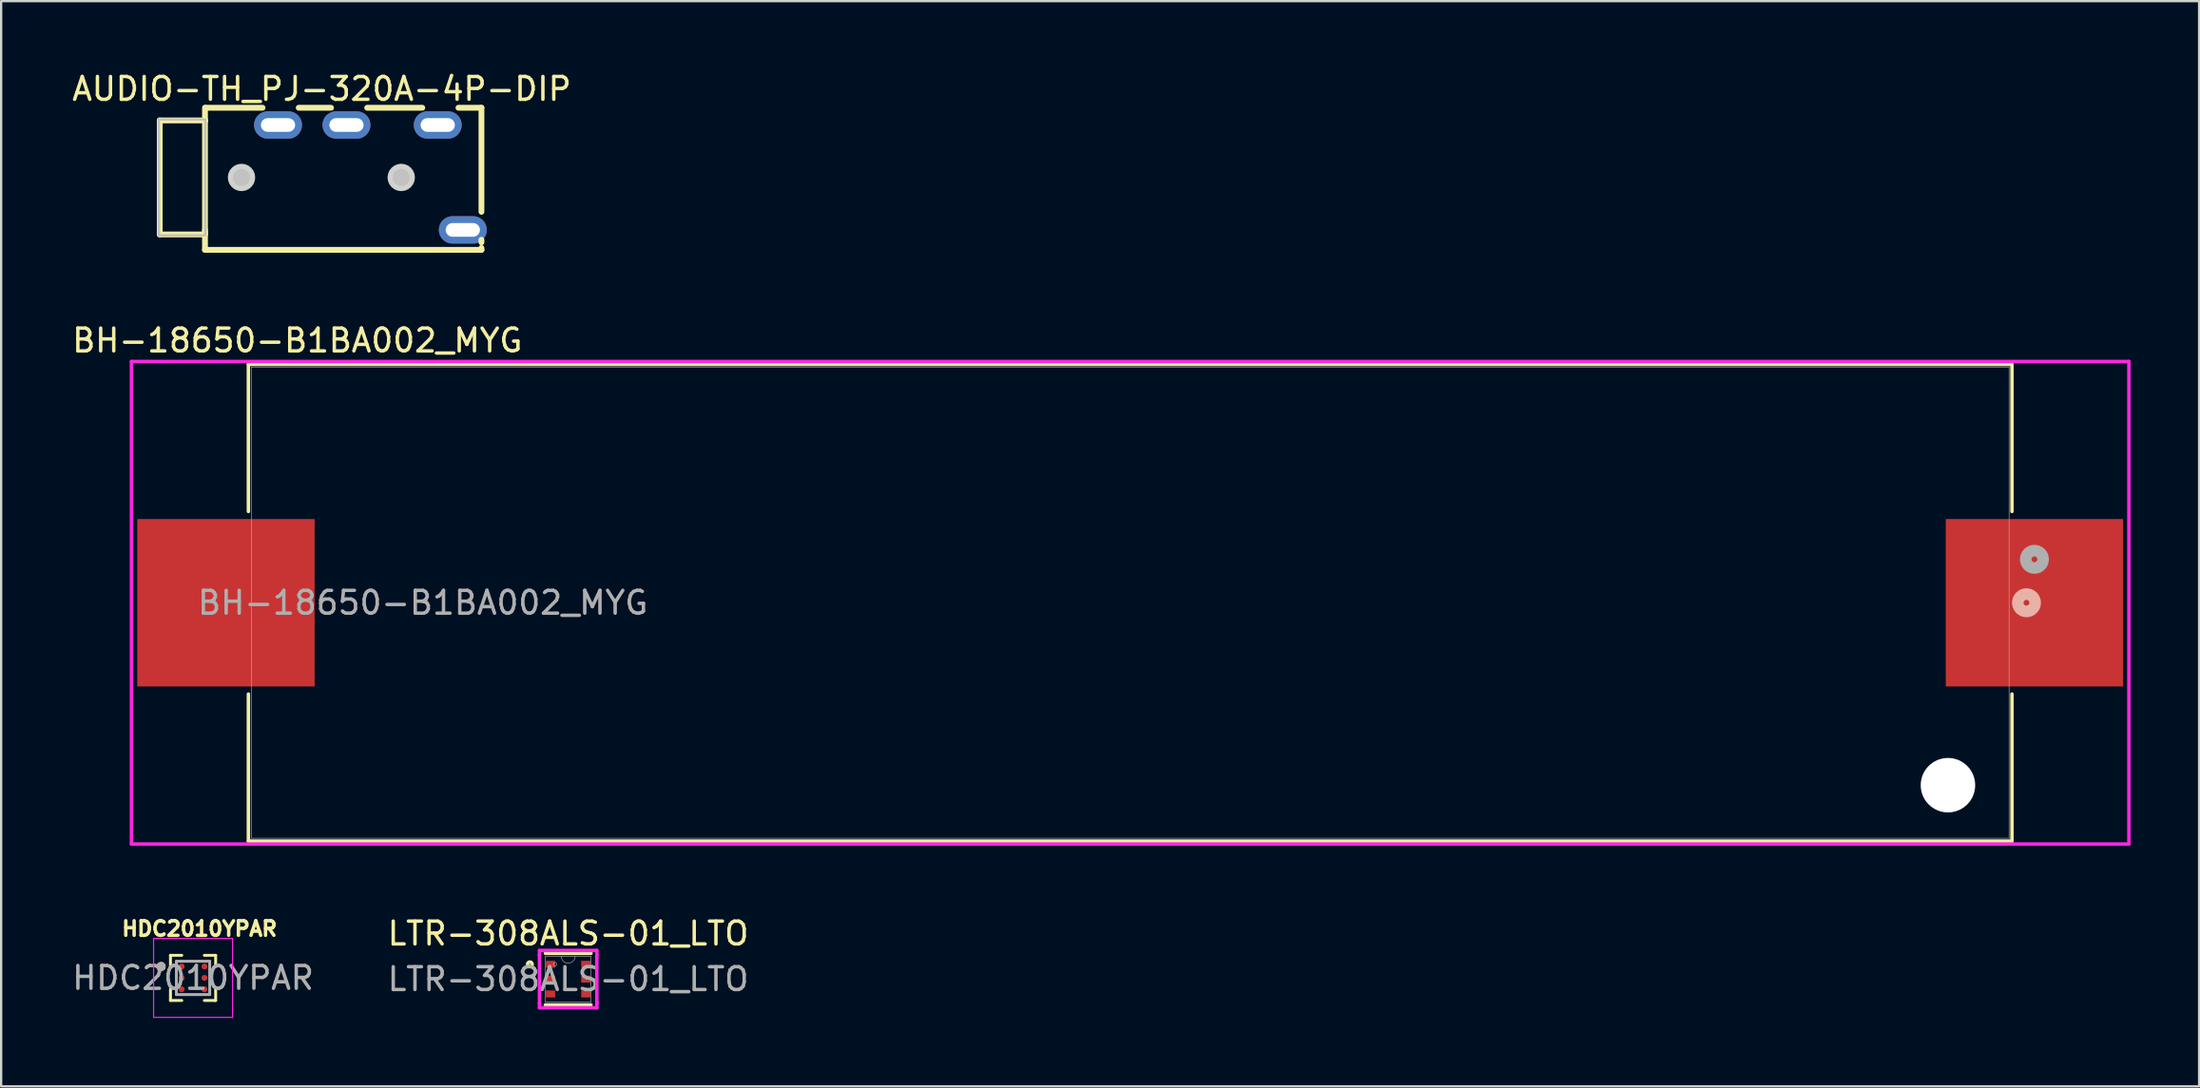
<source format=kicad_pcb>
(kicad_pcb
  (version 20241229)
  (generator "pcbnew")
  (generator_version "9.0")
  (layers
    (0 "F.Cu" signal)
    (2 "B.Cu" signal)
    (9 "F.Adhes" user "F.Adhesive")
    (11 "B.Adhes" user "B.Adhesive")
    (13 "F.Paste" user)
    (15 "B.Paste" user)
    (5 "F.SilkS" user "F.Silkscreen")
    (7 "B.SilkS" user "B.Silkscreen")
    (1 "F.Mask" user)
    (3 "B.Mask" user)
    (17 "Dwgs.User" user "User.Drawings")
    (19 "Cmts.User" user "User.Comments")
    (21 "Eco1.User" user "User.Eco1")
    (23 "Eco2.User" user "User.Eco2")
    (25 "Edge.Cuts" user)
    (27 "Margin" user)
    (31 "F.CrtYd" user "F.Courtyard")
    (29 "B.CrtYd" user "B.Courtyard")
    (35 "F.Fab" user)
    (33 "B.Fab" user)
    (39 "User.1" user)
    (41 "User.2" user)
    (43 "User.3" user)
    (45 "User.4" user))
  (footprint "BH-18650-B1BA002_MYG"
    (layer "F.Cu")
    (at 46.482 23.381)
    (property "Reference" "BH-18650-B1BA002_MYG" (at -36.5 -11.5 0) (unlocked yes) (layer "F.SilkS") (effects (font (size 1 1) (thickness 0.15))))
    (attr smd)
    (fp_line (start -38.646 -10.452) (end -38.646 -4.003) (stroke (width 0.152) (type solid)) (layer "F.SilkS"))
    (fp_line (start -38.646 4.003) (end -38.646 10.452) (stroke (width 0.152) (type solid)) (layer "F.SilkS"))
    (fp_line (start -38.646 10.452) (end 38.646 10.452) (stroke (width 0.152) (type solid)) (layer "F.SilkS"))
    (fp_line (start 38.646 -10.452) (end -38.646 -10.452) (stroke (width 0.152) (type solid)) (layer "F.SilkS"))
    (fp_line (start 38.646 -4.003) (end 38.646 -10.452) (stroke (width 0.152) (type solid)) (layer "F.SilkS"))
    (fp_line (start 38.646 10.452) (end 38.646 4.003) (stroke (width 0.152) (type solid)) (layer "F.SilkS"))
    (fp_circle (center 39.281 0) (end 39.662 0) (stroke (width 0.508) (type solid)) (fill no) (layer "B.SilkS"))
    (fp_line (start -43.77 -10.579) (end -43.77 10.579) (stroke (width 0.152) (type solid)) (layer "F.CrtYd"))
    (fp_line (start -43.77 10.579) (end 43.77 10.579) (stroke (width 0.152) (type solid)) (layer "F.CrtYd"))
    (fp_line (start 43.77 -10.579) (end -43.77 -10.579) (stroke (width 0.152) (type solid)) (layer "F.CrtYd"))
    (fp_line (start 43.77 10.579) (end 43.77 -10.579) (stroke (width 0.152) (type solid)) (layer "F.CrtYd"))
    (fp_line (start -38.519 -10.325) (end -38.519 10.325) (stroke (width 0.025) (type solid)) (layer "F.Fab"))
    (fp_line (start -38.519 10.325) (end 38.519 10.325) (stroke (width 0.025) (type solid)) (layer "F.Fab"))
    (fp_line (start 38.519 -10.325) (end -38.519 -10.325) (stroke (width 0.025) (type solid)) (layer "F.Fab"))
    (fp_line (start 38.519 10.325) (end 38.519 -10.325) (stroke (width 0.025) (type solid)) (layer "F.Fab"))
    (fp_circle (center 39.63 -1.905) (end 40.011 -1.905) (stroke (width 0.508) (type solid)) (fill no) (layer "F.Fab"))
    (fp_text user "${REFERENCE}" (at -31 0 0) (unlocked yes) (layer "F.Fab") (effects (font (size 1 1) (thickness 0.15))))
    (pad "" np_thru_hole circle (at 35.84 8) (size 2.388 2.388) (drill 2.388) (layers "*.Cu" "*.Mask"))
    (pad "1" smd rect (at 39.63 0) (size 7.772 7.341) (layers "F.Cu" "F.Mask" "F.Paste"))
    (pad "2" smd rect (at -39.63 0) (size 7.772 7.341) (layers "F.Cu" "F.Mask" "F.Paste")))
  (footprint "AUDIO-TH_PJ-320A-4P-DIP"
    (layer "F.Cu")
    (at 13.184 4.731)
    (property "Reference" "AUDIO-TH_PJ-320A-4P-DIP" (at -2.131 -3.883 0) (layer "F.SilkS") (effects (font (size 1 1) (thickness 0.15))))
    (fp_line (start -9.234 -2.5) (end -9.234 2.5) (stroke (width 0.254) (type default)) (layer "F.SilkS"))
    (fp_line (start -9.234 -2.5) (end -7.234 -2.5) (stroke (width 0.254) (type default)) (layer "F.SilkS"))
    (fp_line (start -9.234 2.5) (end -7.25 2.5) (stroke (width 0.254) (type default)) (layer "F.SilkS"))
    (fp_line (start -7.25 2.459) (end -7.25 -3.056) (stroke (width 0.254) (type default)) (layer "F.SilkS"))
    (fp_line (start -7.25 3.175) (end -7.25 2.3) (stroke (width 0.254) (type default)) (layer "F.SilkS"))
    (fp_line (start -7.234 -3.056) (end -4.726 -3.056) (stroke (width 0.254) (type default)) (layer "F.SilkS"))
    (fp_line (start -3.142 -3.056) (end -1.726 -3.056) (stroke (width 0.254) (type default)) (layer "F.SilkS"))
    (fp_line (start -0.142 -3.056) (end 2.274 -3.056) (stroke (width 0.254) (type default)) (layer "F.SilkS"))
    (fp_line (start 3.858 -3.056) (end 4.866 -3.056) (stroke (width 0.254) (type default)) (layer "F.SilkS"))
    (fp_line (start 4.866 -3.056) (end 4.866 1.508) (stroke (width 0.254) (type default)) (layer "F.SilkS"))
    (fp_line (start 4.866 2.731) (end 4.866 2.848) (stroke (width 0.254) (type default)) (layer "F.SilkS"))
    (fp_line (start 4.866 3.092) (end 4.866 3.175) (stroke (width 0.254) (type default)) (layer "F.SilkS"))
    (fp_line (start 4.866 3.175) (end -7.25 3.175) (stroke (width 0.254) (type default)) (layer "F.SilkS"))
    (fp_circle (center -5.65 0) (end -5.462 0) (stroke (width 0.375) (type default)) (fill no) (layer "Dwgs.User"))
    (fp_circle (center 1.35 0) (end 1.538 0) (stroke (width 0.375) (type default)) (fill no) (layer "Dwgs.User"))
    (fp_poly (pts (xy -9.271 -2.54) (xy -7.239 -2.54) (xy -7.239 2.54) (xy -9.271 2.54)) (stroke (width 0.1) (type default)) (fill no) (layer "Dwgs.User"))
    (fp_poly (pts (xy -5.05 0) (xy -5.07 -0.155) (xy -5.13 -0.3) (xy -5.226 -0.424) (xy -5.35 -0.52) (xy -5.495 -0.58) (xy -5.65 -0.6) (xy -5.805 -0.58) (xy -5.95 -0.52) (xy -6.074 -0.424) (xy -6.17 -0.3) (xy -6.23 -0.155) (xy -6.25 0) (xy -6.23 0.155) (xy -6.17 0.3) (xy -6.074 0.424) (xy -5.95 0.52) (xy -5.805 0.58) (xy -5.65 0.6) (xy -5.495 0.58) (xy -5.35 0.52) (xy -5.226 0.424) (xy -5.13 0.3) (xy -5.07 0.155)) (stroke (width 0) (type default)) (fill yes) (layer "Edge.Cuts"))
    (fp_poly (pts (xy 1.95 0) (xy 1.93 -0.155) (xy 1.87 -0.3) (xy 1.774 -0.424) (xy 1.65 -0.52) (xy 1.505 -0.58) (xy 1.35 -0.6) (xy 1.195 -0.58) (xy 1.05 -0.52) (xy 0.926 -0.424) (xy 0.83 -0.3) (xy 0.77 -0.155) (xy 0.75 0) (xy 0.77 0.155) (xy 0.83 0.3) (xy 0.926 0.424) (xy 1.05 0.52) (xy 1.195 0.58) (xy 1.35 0.6) (xy 1.505 0.58) (xy 1.65 0.52) (xy 1.774 0.424) (xy 1.87 0.3) (xy 1.93 0.155)) (stroke (width 0) (type default)) (fill yes) (layer "Edge.Cuts"))
    (fp_poly (pts (xy -3.55 -2.45) (xy -3.55 -2.15) (xy -4.55 -2.15) (xy -4.55 -2.45)) (stroke (width 0.1) (type default)) (fill no) (layer "User.1"))
    (fp_poly (pts (xy -0.55 -2.45) (xy -0.55 -2.15) (xy -1.55 -2.15) (xy -1.55 -2.45)) (stroke (width 0.1) (type default)) (fill no) (layer "User.1"))
    (fp_poly (pts (xy 3.45 -2.45) (xy 3.45 -2.15) (xy 2.45 -2.15) (xy 2.45 -2.45)) (stroke (width 0.1) (type default)) (fill no) (layer "User.1"))
    (fp_poly (pts (xy 4.55 2.15) (xy 4.55 2.45) (xy 3.55 2.45) (xy 3.55 2.15)) (stroke (width 0.1) (type default)) (fill no) (layer "User.1"))
    (fp_line (start -9.234 -2.5) (end -9.234 2.5) (stroke (width 0.051) (type default)) (layer "User.2"))
    (fp_line (start -9.234 2.5) (end -7.234 2.5) (stroke (width 0.051) (type default)) (layer "User.2"))
    (fp_line (start -7.234 -3.05) (end -7.234 -2.5) (stroke (width 0.051) (type default)) (layer "User.2"))
    (fp_line (start -7.234 -2.5) (end -9.234 -2.5) (stroke (width 0.051) (type default)) (layer "User.2"))
    (fp_line (start -7.234 2.5) (end -7.234 3.05) (stroke (width 0.051) (type default)) (layer "User.2"))
    (fp_line (start -7.234 3.05) (end 4.866 3.05) (stroke (width 0.051) (type default)) (layer "User.2"))
    (fp_line (start 4.866 -3.05) (end -7.234 -3.05) (stroke (width 0.051) (type default)) (layer "User.2"))
    (fp_line (start 4.866 3.05) (end 4.866 -3.05) (stroke (width 0.051) (type default)) (layer "User.2"))
    (fp_poly (pts (xy 4.926 3.05) (xy 4.908 3.008) (xy 4.866 2.99) (xy 4.824 3.008) (xy 4.806 3.05) (xy 4.824 3.092) (xy 4.866 3.11) (xy 4.908 3.092)) (stroke (width 0.1) (type default)) (fill no) (layer "User.3"))
    (pad "R1" thru_hole oval (at -1.05 -2.3 90) (size 1.2 2.1) (drill oval 0.6 1.5) (layers "*.Cu" "*.Mask"))
    (pad "R2" thru_hole oval (at -4.05 -2.3 90) (size 1.2 2.1) (drill oval 0.6 1.5) (layers "*.Cu" "*.Mask"))
    (pad "S" thru_hole oval (at 4.05 2.3 90) (size 1.2 2.1) (drill oval 0.6 1.5) (layers "*.Cu" "*.Mask"))
    (pad "T" thru_hole oval (at 2.95 -2.3 90) (size 1.2 2.1) (drill oval 0.6 1.5) (layers "*.Cu" "*.Mask")))
  (footprint "LTR-308ALS-01_LTO"
    (layer "F.Cu")
    (at 21.851 39.885)
    (property "Reference" "LTR-308ALS-01_LTO" (at 0 -2 0) (unlocked yes) (layer "F.SilkS") (effects (font (size 1 1) (thickness 0.15))))
    (attr smd)
    (fp_line (start -1 1.13) (end 1 1.13) (stroke (width 0.152) (type solid)) (layer "F.SilkS"))
    (fp_line (start 1 -1.13) (end -1 -1.13) (stroke (width 0.152) (type solid)) (layer "F.SilkS"))
    (fp_circle (center -1.679 -0.65) (end -1.577 -0.65) (stroke (width 0.152) (type solid)) (fill no) (layer "F.SilkS"))
    (fp_line (start -1.257 -1.257) (end 1.257 -1.257) (stroke (width 0.152) (type solid)) (layer "F.CrtYd"))
    (fp_line (start -1.257 -1.056) (end -1.257 -1.257) (stroke (width 0.152) (type solid)) (layer "F.CrtYd"))
    (fp_line (start -1.257 -1.056) (end -1.257 -1.056) (stroke (width 0.152) (type solid)) (layer "F.CrtYd"))
    (fp_line (start -1.257 1.056) (end -1.257 -1.056) (stroke (width 0.152) (type solid)) (layer "F.CrtYd"))
    (fp_line (start -1.257 1.056) (end -1.257 1.056) (stroke (width 0.152) (type solid)) (layer "F.CrtYd"))
    (fp_line (start -1.257 1.257) (end -1.257 1.056) (stroke (width 0.152) (type solid)) (layer "F.CrtYd"))
    (fp_line (start 1.257 -1.257) (end 1.257 -1.056) (stroke (width 0.152) (type solid)) (layer "F.CrtYd"))
    (fp_line (start 1.257 -1.056) (end 1.257 -1.056) (stroke (width 0.152) (type solid)) (layer "F.CrtYd"))
    (fp_line (start 1.257 -1.056) (end 1.257 1.056) (stroke (width 0.152) (type solid)) (layer "F.CrtYd"))
    (fp_line (start 1.257 1.056) (end 1.257 1.056) (stroke (width 0.152) (type solid)) (layer "F.CrtYd"))
    (fp_line (start 1.257 1.056) (end 1.257 1.257) (stroke (width 0.152) (type solid)) (layer "F.CrtYd"))
    (fp_line (start 1.257 1.257) (end -1.257 1.257) (stroke (width 0.152) (type solid)) (layer "F.CrtYd"))
    (fp_line (start -1.003 -1.003) (end -1.003 1.003) (stroke (width 0.025) (type solid)) (layer "F.Fab"))
    (fp_line (start -1.003 1.003) (end 1.003 1.003) (stroke (width 0.025) (type solid)) (layer "F.Fab"))
    (fp_line (start 1.003 -1.003) (end -1.003 -1.003) (stroke (width 0.025) (type solid)) (layer "F.Fab"))
    (fp_line (start 1.003 1.003) (end 1.003 -1.003) (stroke (width 0.025) (type solid)) (layer "F.Fab"))
    (fp_arc (start 0.3048 -1.0033) (mid 0 -0.6985) (end -0.3048 -1.0033) (stroke (width 0.0254) (type solid)) (layer "F.Fab"))
    (fp_circle (center -0.572 -0.65) (end -0.495 -0.65) (stroke (width 0.025) (type solid)) (fill no) (layer "F.Fab"))
    (fp_text user "${REFERENCE}" (at 0 0 0) (unlocked yes) (layer "F.Fab") (effects (font (size 1 1) (thickness 0.15))))
    (pad "1" smd rect (at -0.775 -0.65) (size 0.406 0.305) (layers "F.Cu" "F.Mask" "F.Paste"))
    (pad "2" smd rect (at -0.775 0) (size 0.406 0.305) (layers "F.Cu" "F.Mask" "F.Paste"))
    (pad "3" smd rect (at -0.775 0.65) (size 0.406 0.305) (layers "F.Cu" "F.Mask" "F.Paste"))
    (pad "4" smd rect (at 0.775 0.65) (size 0.406 0.305) (layers "F.Cu" "F.Mask" "F.Paste"))
    (pad "5" smd rect (at 0.775 0) (size 0.406 0.305) (layers "F.Cu" "F.Mask" "F.Paste"))
    (pad "6" smd rect (at 0.775 -0.65) (size 0.406 0.305) (layers "F.Cu" "F.Mask" "F.Paste")))
  (footprint "HDC2010YPAR"
    (layer "F.Cu")
    (at 5.411 39.831)
    (property "Reference" "HDC2010YPAR" (at 0.282 -2.156 0) (layer "F.SilkS") (effects (font (size 0.64 0.64) (thickness 0.15))))
    (attr smd)
    (fp_line (start -0.99 -0.99) (end -0.495 -0.99) (stroke (width 0.127) (type solid)) (layer "F.SilkS"))
    (fp_line (start -0.99 -0.495) (end -0.99 -0.99) (stroke (width 0.127) (type solid)) (layer "F.SilkS"))
    (fp_line (start -0.99 0.99) (end -0.99 0.495) (stroke (width 0.127) (type solid)) (layer "F.SilkS"))
    (fp_line (start -0.495 0.99) (end -0.99 0.99) (stroke (width 0.127) (type solid)) (layer "F.SilkS"))
    (fp_line (start 0.495 -0.99) (end 0.99 -0.99) (stroke (width 0.127) (type solid)) (layer "F.SilkS"))
    (fp_line (start 0.99 -0.99) (end 0.99 -0.495) (stroke (width 0.127) (type solid)) (layer "F.SilkS"))
    (fp_line (start 0.99 0.495) (end 0.99 0.99) (stroke (width 0.127) (type solid)) (layer "F.SilkS"))
    (fp_line (start 0.99 0.99) (end 0.495 0.99) (stroke (width 0.127) (type solid)) (layer "F.SilkS"))
    (fp_circle (center -1.4 -0.5) (end -1.3 -0.5) (stroke (width 0.2) (type solid)) (fill no) (layer "F.SilkS"))
    (fp_line (start -1.73 -1.73) (end 1.73 -1.73) (stroke (width 0.05) (type solid)) (layer "F.CrtYd"))
    (fp_line (start -1.73 1.73) (end -1.73 -1.73) (stroke (width 0.05) (type solid)) (layer "F.CrtYd"))
    (fp_line (start 1.73 -1.73) (end 1.73 1.73) (stroke (width 0.05) (type solid)) (layer "F.CrtYd"))
    (fp_line (start 1.73 1.73) (end -1.73 1.73) (stroke (width 0.05) (type solid)) (layer "F.CrtYd"))
    (fp_line (start -0.73 -0.73) (end 0.73 -0.73) (stroke (width 0.127) (type solid)) (layer "F.Fab"))
    (fp_line (start -0.73 0.73) (end -0.73 -0.73) (stroke (width 0.127) (type solid)) (layer "F.Fab"))
    (fp_line (start 0.73 -0.73) (end 0.73 0.73) (stroke (width 0.127) (type solid)) (layer "F.Fab"))
    (fp_line (start 0.73 0.73) (end -0.73 0.73) (stroke (width 0.127) (type solid)) (layer "F.Fab"))
    (fp_circle (center -1.4 -0.5) (end -1.3 -0.5) (stroke (width 0.2) (type solid)) (fill no) (layer "F.Fab"))
    (fp_text user "${REFERENCE}" (at 0 0 0) (layer "F.Fab") (effects (font (size 1 1) (thickness 0.15))))
    (pad "A1" smd circle (at -0.5 -0.5) (size 0.26 0.26) (layers "F.Cu" "F.Mask" "F.Paste"))
    (pad "A2" smd circle (at 0.5 -0.5) (size 0.26 0.26) (layers "F.Cu" "F.Mask" "F.Paste"))
    (pad "B1" smd circle (at -0.5 0) (size 0.26 0.26) (layers "F.Cu" "F.Mask" "F.Paste"))
    (pad "B2" smd circle (at 0.5 0) (size 0.26 0.26) (layers "F.Cu" "F.Mask" "F.Paste"))
    (pad "C1" smd circle (at -0.5 0.5) (size 0.26 0.26) (layers "F.Cu" "F.Mask" "F.Paste"))
    (pad "C2" smd circle (at 0.5 0.5) (size 0.26 0.26) (layers "F.Cu" "F.Mask" "F.Paste")))
  (gr_rect
    (start -3 -3)
    (end 93.329 44.586)
    (stroke (width 0.1) (type default))
    (fill no)
    (layer "Edge.Cuts")))
</source>
